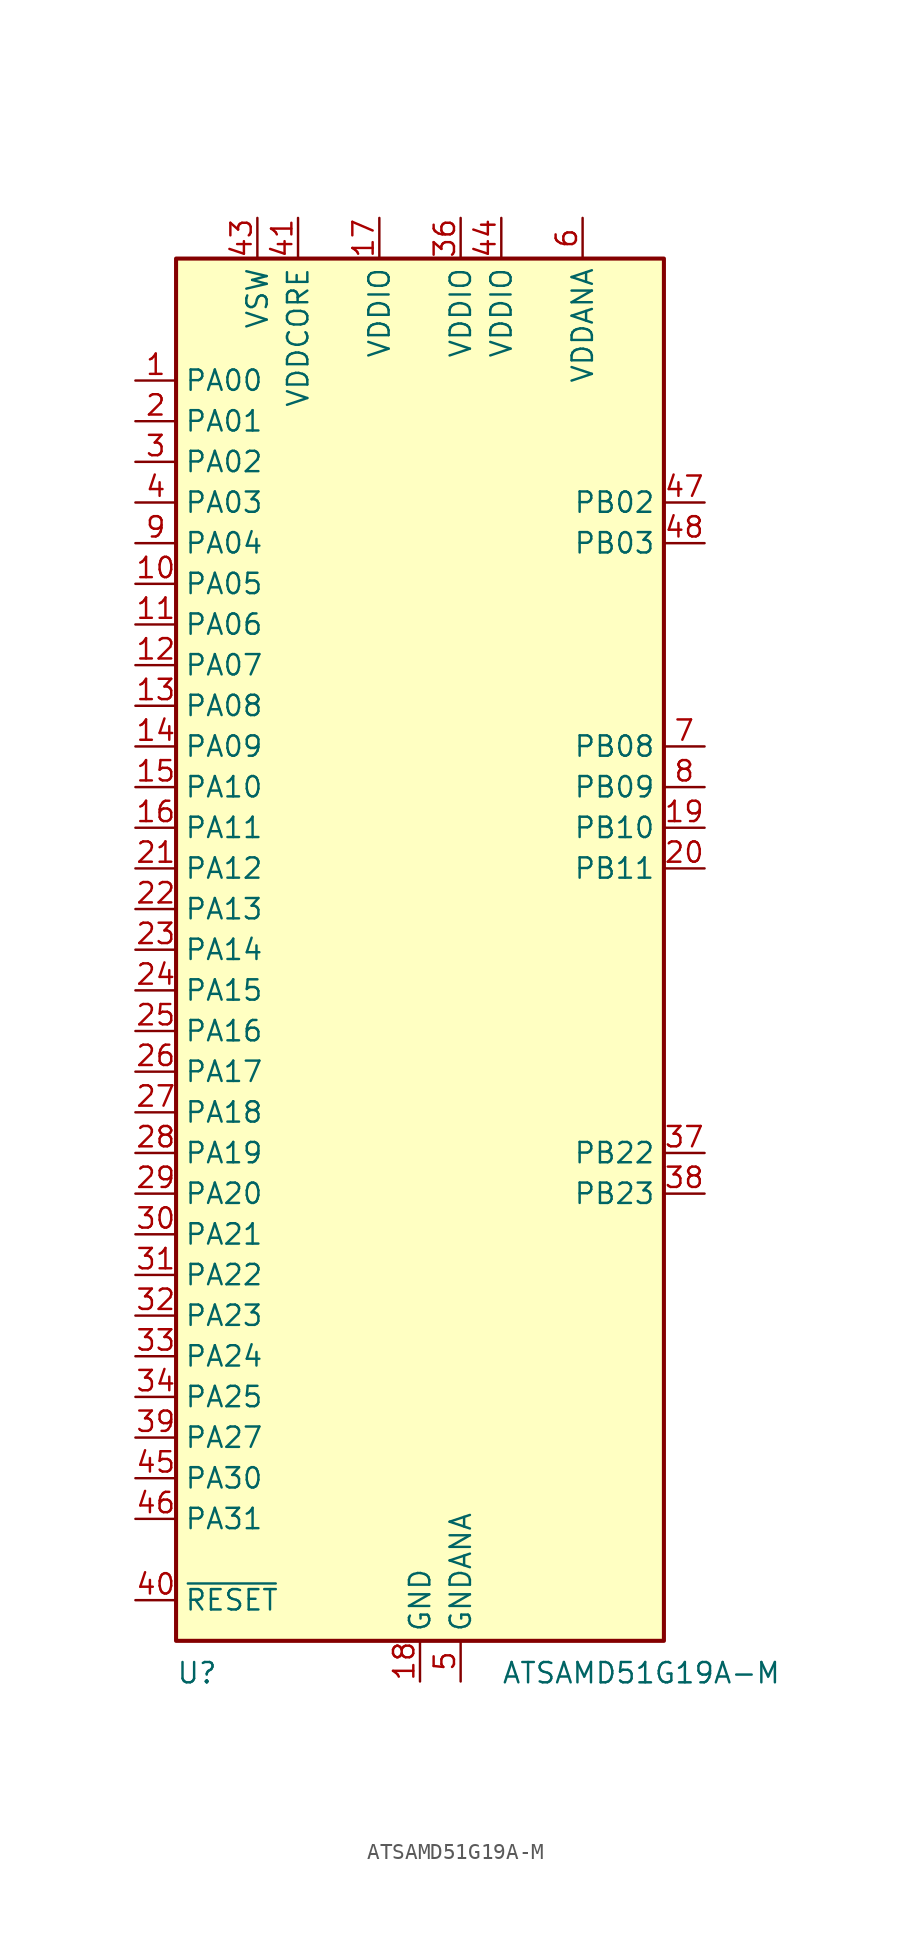
<source format=kicad_sym>
(kicad_symbol_lib
  (version 20211014)
  (generator kicad_symbol_editor)
  (symbol "ATSAMD51G19A-M"
    (property "Reference" "U"
      (at -15.24 -44.45 0)
      (effects (font (size 1.27 1.27)) (justify left top)))
    (property "Value" "ATSAMD51G19A-M"
      (at 5.08 -44.45 0)
      (effects (font (size 1.27 1.27)) (justify left top)))
    (symbol "ATSAMD51G19A-M_0_1"
      (rectangle (start -15.24 43.18) (end 15.24 -43.18) (stroke (width 0.254) (type default) (color 0 0 0 0)) (fill (type background))))
    (symbol "ATSAMD51G19A-M_1_0"
      (pin bidirectional line (at 17.78 25.4 180) (length 2.54) (name "PB03" (effects (font (size 1.27 1.27)))) (number "48" (effects (font (size 1.27 1.27))))))
    (symbol "ATSAMD51G19A-M_1_1"
      (pin bidirectional line (at -17.78 35.56 0) (length 2.54) (name "PA00" (effects (font (size 1.27 1.27)))) (number "1" (effects (font (size 1.27 1.27)))))
      (pin bidirectional line (at -17.78 22.86 0) (length 2.54) (name "PA05" (effects (font (size 1.27 1.27)))) (number "10" (effects (font (size 1.27 1.27)))))
      (pin bidirectional line (at -17.78 20.32 0) (length 2.54) (name "PA06" (effects (font (size 1.27 1.27)))) (number "11" (effects (font (size 1.27 1.27)))))
      (pin bidirectional line (at -17.78 17.78 0) (length 2.54) (name "PA07" (effects (font (size 1.27 1.27)))) (number "12" (effects (font (size 1.27 1.27)))))
      (pin bidirectional line (at -17.78 15.24 0) (length 2.54) (name "PA08" (effects (font (size 1.27 1.27)))) (number "13" (effects (font (size 1.27 1.27)))))
      (pin bidirectional line (at -17.78 12.7 0) (length 2.54) (name "PA09" (effects (font (size 1.27 1.27)))) (number "14" (effects (font (size 1.27 1.27)))))
      (pin bidirectional line (at -17.78 10.16 0) (length 2.54) (name "PA10" (effects (font (size 1.27 1.27)))) (number "15" (effects (font (size 1.27 1.27)))))
      (pin bidirectional line (at -17.78 7.62 0) (length 2.54) (name "PA11" (effects (font (size 1.27 1.27)))) (number "16" (effects (font (size 1.27 1.27)))))
      (pin power_in line (at -2.54 45.72 270) (length 2.54) (name "VDDIO" (effects (font (size 1.27 1.27)))) (number "17" (effects (font (size 1.27 1.27)))))
      (pin power_in line (at 0 -45.72 90) (length 2.54) (name "GND" (effects (font (size 1.27 1.27)))) (number "18" (effects (font (size 1.27 1.27)))))
      (pin bidirectional line (at 17.78 7.62 180) (length 2.54) (name "PB10" (effects (font (size 1.27 1.27)))) (number "19" (effects (font (size 1.27 1.27)))))
      (pin bidirectional line (at -17.78 33.02 0) (length 2.54) (name "PA01" (effects (font (size 1.27 1.27)))) (number "2" (effects (font (size 1.27 1.27)))))
      (pin bidirectional line (at 17.78 5.08 180) (length 2.54) (name "PB11" (effects (font (size 1.27 1.27)))) (number "20" (effects (font (size 1.27 1.27)))))
      (pin bidirectional line (at -17.78 5.08 0) (length 2.54) (name "PA12" (effects (font (size 1.27 1.27)))) (number "21" (effects (font (size 1.27 1.27)))))
      (pin bidirectional line (at -17.78 2.54 0) (length 2.54) (name "PA13" (effects (font (size 1.27 1.27)))) (number "22" (effects (font (size 1.27 1.27)))))
      (pin bidirectional line (at -17.78 0 0) (length 2.54) (name "PA14" (effects (font (size 1.27 1.27)))) (number "23" (effects (font (size 1.27 1.27)))))
      (pin bidirectional line (at -17.78 -2.54 0) (length 2.54) (name "PA15" (effects (font (size 1.27 1.27)))) (number "24" (effects (font (size 1.27 1.27)))))
      (pin bidirectional line (at -17.78 -5.08 0) (length 2.54) (name "PA16" (effects (font (size 1.27 1.27)))) (number "25" (effects (font (size 1.27 1.27)))))
      (pin bidirectional line (at -17.78 -7.62 0) (length 2.54) (name "PA17" (effects (font (size 1.27 1.27)))) (number "26" (effects (font (size 1.27 1.27)))))
      (pin bidirectional line (at -17.78 -10.16 0) (length 2.54) (name "PA18" (effects (font (size 1.27 1.27)))) (number "27" (effects (font (size 1.27 1.27)))))
      (pin bidirectional line (at -17.78 -12.7 0) (length 2.54) (name "PA19" (effects (font (size 1.27 1.27)))) (number "28" (effects (font (size 1.27 1.27)))))
      (pin bidirectional line (at -17.78 -15.24 0) (length 2.54) (name "PA20" (effects (font (size 1.27 1.27)))) (number "29" (effects (font (size 1.27 1.27)))))
      (pin bidirectional line (at -17.78 30.48 0) (length 2.54) (name "PA02" (effects (font (size 1.27 1.27)))) (number "3" (effects (font (size 1.27 1.27)))))
      (pin bidirectional line (at -17.78 -17.78 0) (length 2.54) (name "PA21" (effects (font (size 1.27 1.27)))) (number "30" (effects (font (size 1.27 1.27)))))
      (pin bidirectional line (at -17.78 -20.32 0) (length 2.54) (name "PA22" (effects (font (size 1.27 1.27)))) (number "31" (effects (font (size 1.27 1.27)))))
      (pin bidirectional line (at -17.78 -22.86 0) (length 2.54) (name "PA23" (effects (font (size 1.27 1.27)))) (number "32" (effects (font (size 1.27 1.27)))))
      (pin bidirectional line (at -17.78 -25.4 0) (length 2.54) (name "PA24" (effects (font (size 1.27 1.27)))) (number "33" (effects (font (size 1.27 1.27)))))
      (pin bidirectional line (at -17.78 -27.94 0) (length 2.54) (name "PA25" (effects (font (size 1.27 1.27)))) (number "34" (effects (font (size 1.27 1.27)))))
      (pin passive line (at 0 -45.72 90) (length 2.54) hide (name "GND" (effects (font (size 1.27 1.27)))) (number "35" (effects (font (size 1.27 1.27)))))
      (pin power_in line (at 2.54 45.72 270) (length 2.54) (name "VDDIO" (effects (font (size 1.27 1.27)))) (number "36" (effects (font (size 1.27 1.27)))))
      (pin bidirectional line (at 17.78 -12.7 180) (length 2.54) (name "PB22" (effects (font (size 1.27 1.27)))) (number "37" (effects (font (size 1.27 1.27)))))
      (pin bidirectional line (at 17.78 -15.24 180) (length 2.54) (name "PB23" (effects (font (size 1.27 1.27)))) (number "38" (effects (font (size 1.27 1.27)))))
      (pin bidirectional line (at -17.78 -30.48 0) (length 2.54) (name "PA27" (effects (font (size 1.27 1.27)))) (number "39" (effects (font (size 1.27 1.27)))))
      (pin bidirectional line (at -17.78 27.94 0) (length 2.54) (name "PA03" (effects (font (size 1.27 1.27)))) (number "4" (effects (font (size 1.27 1.27)))))
      (pin input line (at -17.78 -40.64 0) (length 2.54) (name "~{RESET}" (effects (font (size 1.27 1.27)))) (number "40" (effects (font (size 1.27 1.27)))))
      (pin power_out line (at -7.62 45.72 270) (length 2.54) (name "VDDCORE" (effects (font (size 1.27 1.27)))) (number "41" (effects (font (size 1.27 1.27)))))
      (pin passive line (at 0 -45.72 90) (length 2.54) hide (name "GND" (effects (font (size 1.27 1.27)))) (number "42" (effects (font (size 1.27 1.27)))))
      (pin power_in line (at -10.16 45.72 270) (length 2.54) (name "VSW" (effects (font (size 1.27 1.27)))) (number "43" (effects (font (size 1.27 1.27)))))
      (pin power_in line (at 5.08 45.72 270) (length 2.54) (name "VDDIO" (effects (font (size 1.27 1.27)))) (number "44" (effects (font (size 1.27 1.27)))))
      (pin bidirectional line (at -17.78 -33.02 0) (length 2.54) (name "PA30" (effects (font (size 1.27 1.27)))) (number "45" (effects (font (size 1.27 1.27)))))
      (pin bidirectional line (at -17.78 -35.56 0) (length 2.54) (name "PA31" (effects (font (size 1.27 1.27)))) (number "46" (effects (font (size 1.27 1.27)))))
      (pin bidirectional line (at 17.78 27.94 180) (length 2.54) (name "PB02" (effects (font (size 1.27 1.27)))) (number "47" (effects (font (size 1.27 1.27)))))
      (pin power_in line (at 2.54 -45.72 90) (length 2.54) (name "GNDANA" (effects (font (size 1.27 1.27)))) (number "5" (effects (font (size 1.27 1.27)))))
      (pin power_in line (at 10.16 45.72 270) (length 2.54) (name "VDDANA" (effects (font (size 1.27 1.27)))) (number "6" (effects (font (size 1.27 1.27)))))
      (pin bidirectional line (at 17.78 12.7 180) (length 2.54) (name "PB08" (effects (font (size 1.27 1.27)))) (number "7" (effects (font (size 1.27 1.27)))))
      (pin bidirectional line (at 17.78 10.16 180) (length 2.54) (name "PB09" (effects (font (size 1.27 1.27)))) (number "8" (effects (font (size 1.27 1.27)))))
      (pin bidirectional line (at -17.78 25.4 0) (length 2.54) (name "PA04" (effects (font (size 1.27 1.27)))) (number "9" (effects (font (size 1.27 1.27))))))))
</source>
